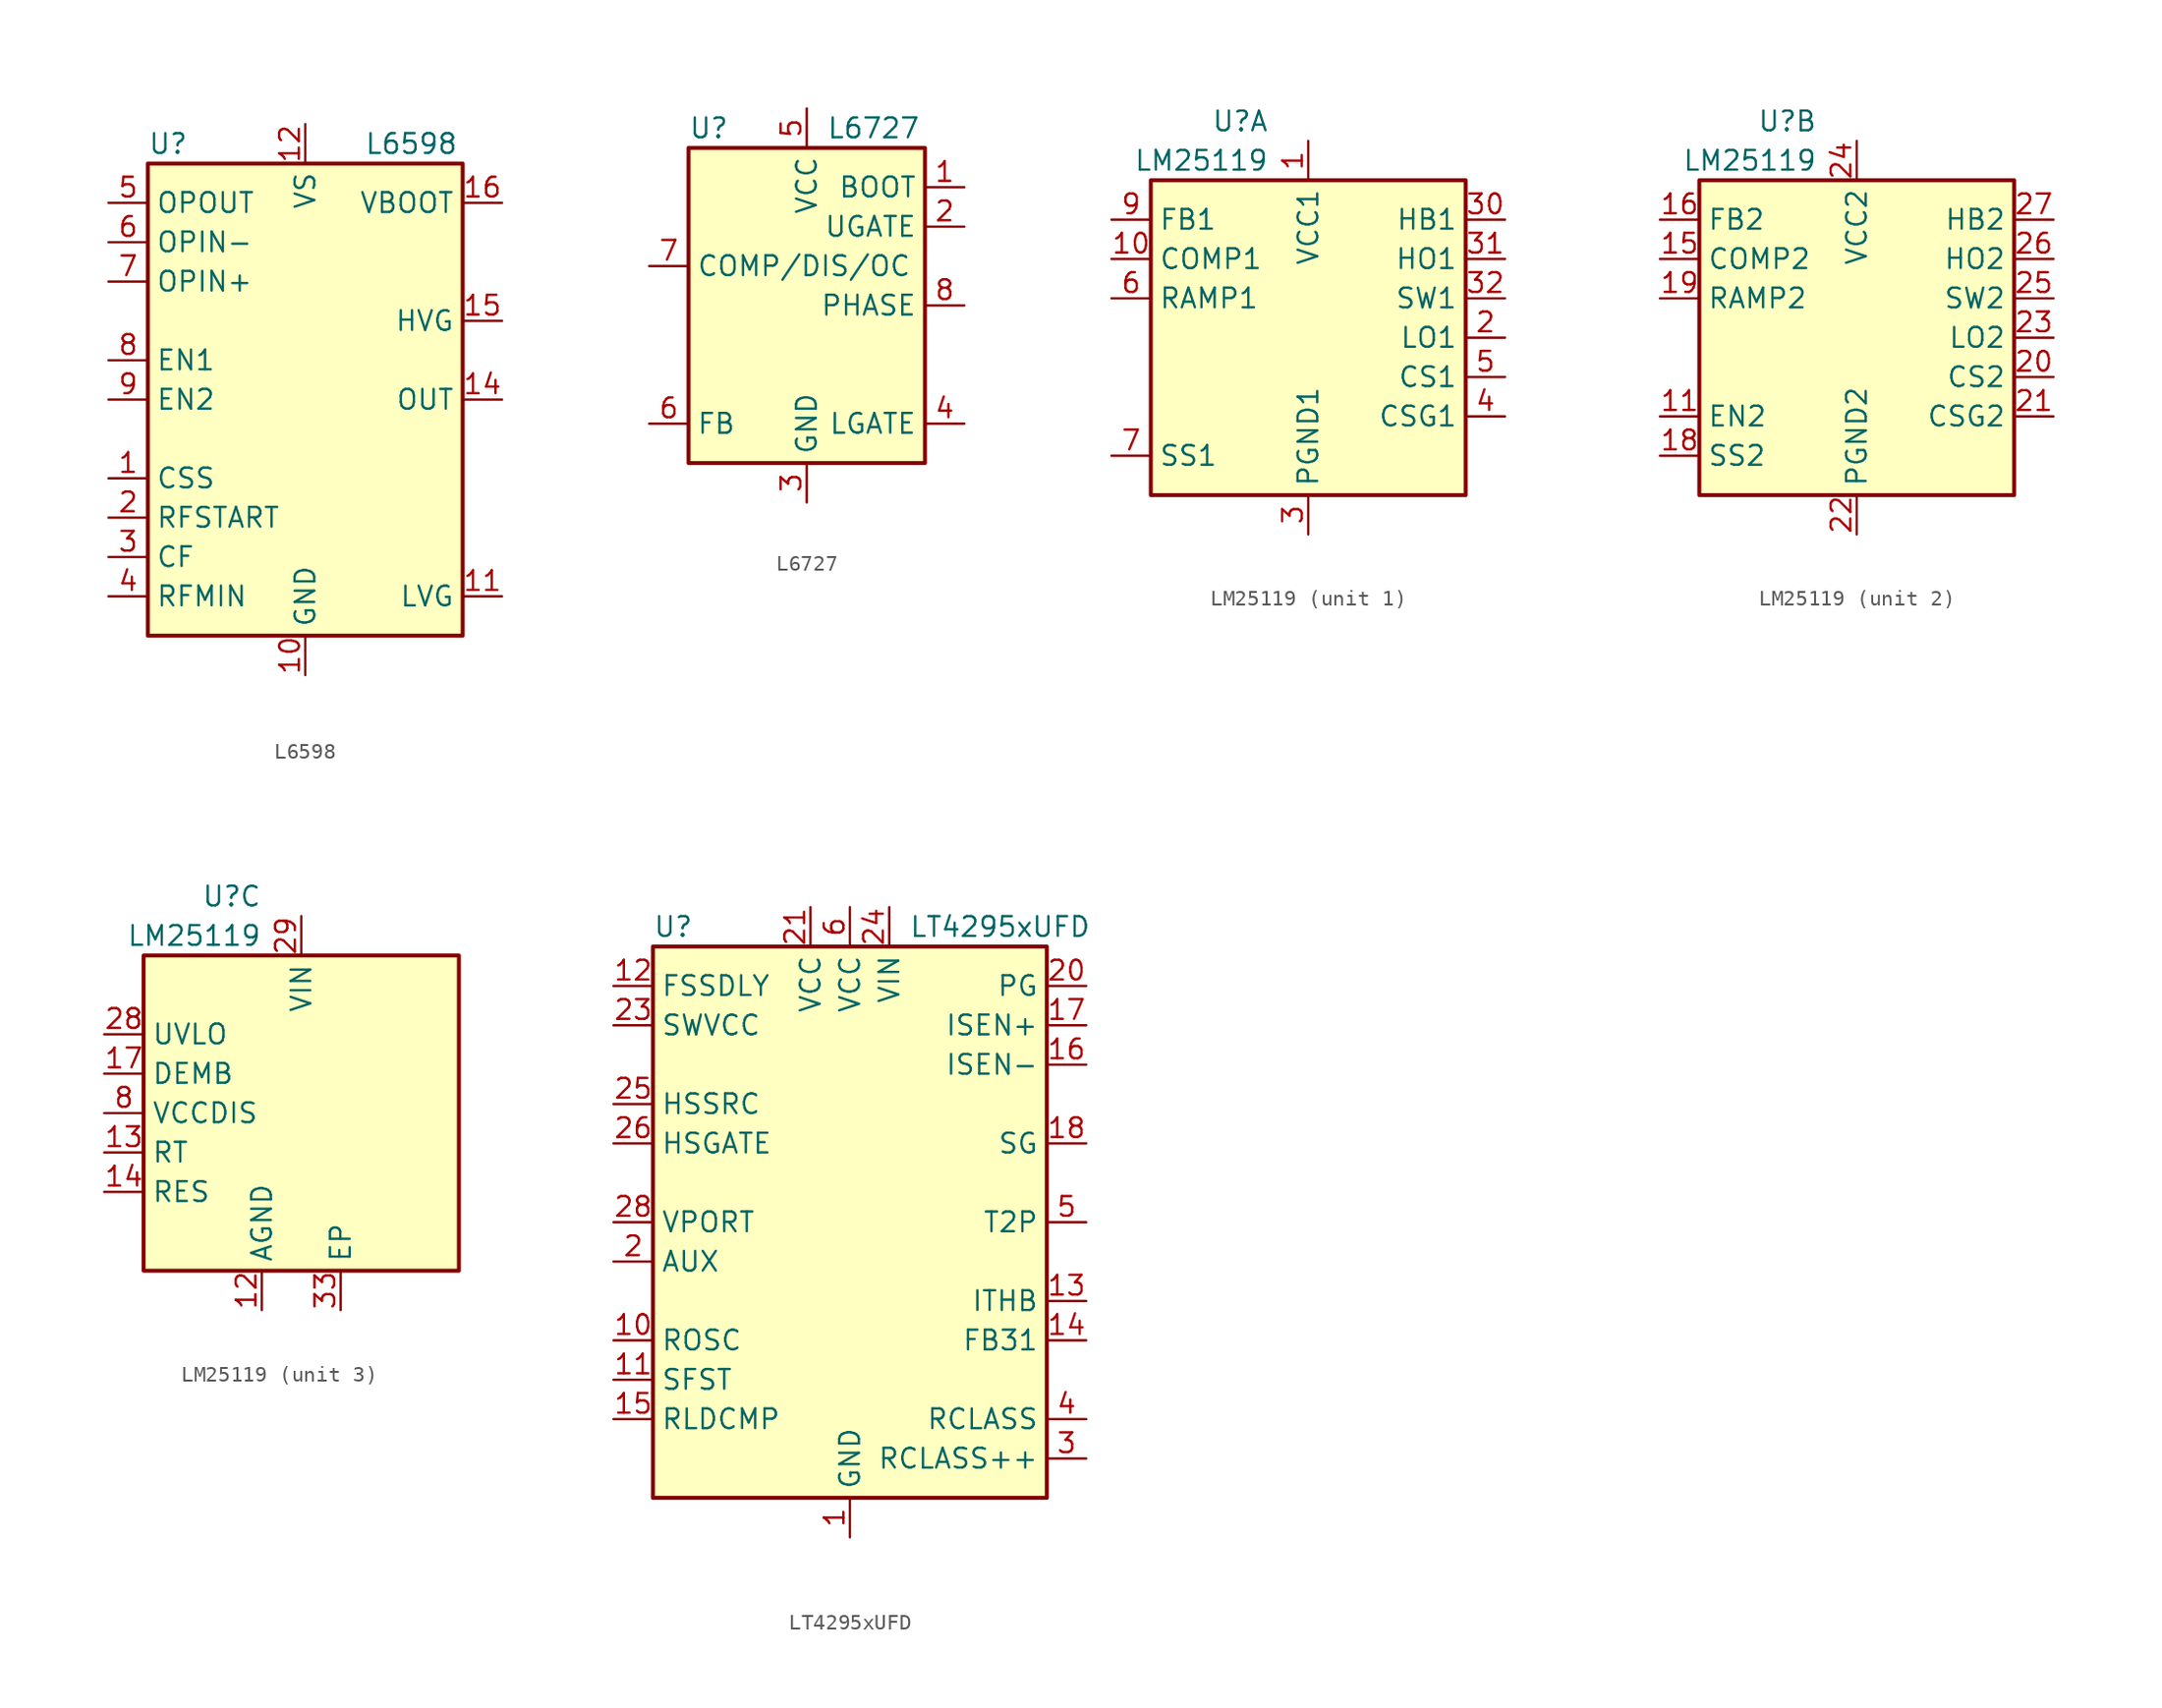
<source format=kicad_sym>
(kicad_symbol_lib
  (version 20211014)
  (generator kicad_symbol_editor)
  (symbol "L6598"
    (property "Reference" "U"
      (at -10.16 16.51 0)
      (effects (font (size 1.27 1.27)) (justify left)))
    (property "Value" "L6598"
      (at 3.81 16.51 0)
      (effects (font (size 1.27 1.27)) (justify left)))
    (symbol "L6598_0_0"
      (rectangle (start -10.16 15.24) (end 10.16 -15.24) (stroke (width 0.254) (type default) (color 0 0 0 0)) (fill (type background))))
    (symbol "L6598_1_1"
      (pin passive line (at -12.7 -5.08 0) (length 2.54) (name "CSS" (effects (font (size 1.27 1.27)))) (number "1" (effects (font (size 1.27 1.27)))))
      (pin power_in line (at 0 -17.78 90) (length 2.54) (name "GND" (effects (font (size 1.27 1.27)))) (number "10" (effects (font (size 1.27 1.27)))))
      (pin output line (at 12.7 -12.7 180) (length 2.54) (name "LVG" (effects (font (size 1.27 1.27)))) (number "11" (effects (font (size 1.27 1.27)))))
      (pin power_in line (at 0 17.78 270) (length 2.54) (name "VS" (effects (font (size 1.27 1.27)))) (number "12" (effects (font (size 1.27 1.27)))))
      (pin no_connect line (at 10.16 10.16 180) (length 2.54) hide (name "NC" (effects (font (size 1.27 1.27)))) (number "13" (effects (font (size 1.27 1.27)))))
      (pin input line (at 12.7 0 180) (length 2.54) (name "OUT" (effects (font (size 1.27 1.27)))) (number "14" (effects (font (size 1.27 1.27)))))
      (pin output line (at 12.7 5.08 180) (length 2.54) (name "HVG" (effects (font (size 1.27 1.27)))) (number "15" (effects (font (size 1.27 1.27)))))
      (pin input line (at 12.7 12.7 180) (length 2.54) (name "VBOOT" (effects (font (size 1.27 1.27)))) (number "16" (effects (font (size 1.27 1.27)))))
      (pin passive line (at -12.7 -7.62 0) (length 2.54) (name "RFSTART" (effects (font (size 1.27 1.27)))) (number "2" (effects (font (size 1.27 1.27)))))
      (pin passive line (at -12.7 -10.16 0) (length 2.54) (name "CF" (effects (font (size 1.27 1.27)))) (number "3" (effects (font (size 1.27 1.27)))))
      (pin passive line (at -12.7 -12.7 0) (length 2.54) (name "RFMIN" (effects (font (size 1.27 1.27)))) (number "4" (effects (font (size 1.27 1.27)))))
      (pin output line (at -12.7 12.7 0) (length 2.54) (name "OPOUT" (effects (font (size 1.27 1.27)))) (number "5" (effects (font (size 1.27 1.27)))))
      (pin input line (at -12.7 10.16 0) (length 2.54) (name "OPIN-" (effects (font (size 1.27 1.27)))) (number "6" (effects (font (size 1.27 1.27)))))
      (pin input line (at -12.7 7.62 0) (length 2.54) (name "OPIN+" (effects (font (size 1.27 1.27)))) (number "7" (effects (font (size 1.27 1.27)))))
      (pin input line (at -12.7 2.54 0) (length 2.54) (name "EN1" (effects (font (size 1.27 1.27)))) (number "8" (effects (font (size 1.27 1.27)))))
      (pin input line (at -12.7 0 0) (length 2.54) (name "EN2" (effects (font (size 1.27 1.27)))) (number "9" (effects (font (size 1.27 1.27)))))))
  (symbol "L6727"
    (property "Reference" "U"
      (at -7.62 11.43 0)
      (effects (font (size 1.27 1.27)) (justify left)))
    (property "Value" "L6727"
      (at 1.27 11.43 0)
      (effects (font (size 1.27 1.27)) (justify left)))
    (symbol "L6727_0_0"
      (rectangle (start -7.62 10.16) (end 7.62 -10.16) (stroke (width 0.254) (type default) (color 0 0 0 0)) (fill (type background))))
    (symbol "L6727_1_1"
      (pin input line (at 10.16 7.62 180) (length 2.54) (name "BOOT" (effects (font (size 1.27 1.27)))) (number "1" (effects (font (size 1.27 1.27)))))
      (pin output line (at 10.16 5.08 180) (length 2.54) (name "UGATE" (effects (font (size 1.27 1.27)))) (number "2" (effects (font (size 1.27 1.27)))))
      (pin power_in line (at 0 -12.7 90) (length 2.54) (name "GND" (effects (font (size 1.27 1.27)))) (number "3" (effects (font (size 1.27 1.27)))))
      (pin output line (at 10.16 -7.62 180) (length 2.54) (name "LGATE" (effects (font (size 1.27 1.27)))) (number "4" (effects (font (size 1.27 1.27)))))
      (pin power_in line (at 0 12.7 270) (length 2.54) (name "VCC" (effects (font (size 1.27 1.27)))) (number "5" (effects (font (size 1.27 1.27)))))
      (pin input line (at -10.16 -7.62 0) (length 2.54) (name "FB" (effects (font (size 1.27 1.27)))) (number "6" (effects (font (size 1.27 1.27)))))
      (pin input line (at -10.16 2.54 0) (length 2.54) (name "COMP/DIS/OC" (effects (font (size 1.27 1.27)))) (number "7" (effects (font (size 1.27 1.27)))))
      (pin passive line (at 10.16 0 180) (length 2.54) (name "PHASE" (effects (font (size 1.27 1.27)))) (number "8" (effects (font (size 1.27 1.27)))))))
  (symbol "LM25119"
    (property "Reference" "U"
      (at -2.54 13.97 0)
      (effects (font (size 1.27 1.27)) (justify right)))
    (property "Value" "LM25119"
      (at -2.54 11.43 0)
      (effects (font (size 1.27 1.27)) (justify right)))
    (property "ki_locked" ""
      (at 0 0 0)
      (effects (font (size 1.27 1.27))))
    (symbol "LM25119_0_1"
      (rectangle (start -10.16 10.16) (end 10.16 -10.16) (stroke (width 0.254) (type default) (color 0 0 0 0)) (fill (type background))))
    (symbol "LM25119_1_1"
      (pin power_in line (at 0 12.7 270) (length 2.54) (name "VCC1" (effects (font (size 1.27 1.27)))) (number "1" (effects (font (size 1.27 1.27)))))
      (pin output line (at -12.7 5.08 0) (length 2.54) (name "COMP1" (effects (font (size 1.27 1.27)))) (number "10" (effects (font (size 1.27 1.27)))))
      (pin output line (at 12.7 0 180) (length 2.54) (name "LO1" (effects (font (size 1.27 1.27)))) (number "2" (effects (font (size 1.27 1.27)))))
      (pin power_in line (at 0 -12.7 90) (length 2.54) (name "PGND1" (effects (font (size 1.27 1.27)))) (number "3" (effects (font (size 1.27 1.27)))))
      (pin power_in line (at 12.7 7.62 180) (length 2.54) (name "HB1" (effects (font (size 1.27 1.27)))) (number "30" (effects (font (size 1.27 1.27)))))
      (pin output line (at 12.7 5.08 180) (length 2.54) (name "HO1" (effects (font (size 1.27 1.27)))) (number "31" (effects (font (size 1.27 1.27)))))
      (pin bidirectional line (at 12.7 2.54 180) (length 2.54) (name "SW1" (effects (font (size 1.27 1.27)))) (number "32" (effects (font (size 1.27 1.27)))))
      (pin input line (at 12.7 -5.08 180) (length 2.54) (name "CSG1" (effects (font (size 1.27 1.27)))) (number "4" (effects (font (size 1.27 1.27)))))
      (pin input line (at 12.7 -2.54 180) (length 2.54) (name "CS1" (effects (font (size 1.27 1.27)))) (number "5" (effects (font (size 1.27 1.27)))))
      (pin input line (at -12.7 2.54 0) (length 2.54) (name "RAMP1" (effects (font (size 1.27 1.27)))) (number "6" (effects (font (size 1.27 1.27)))))
      (pin input line (at -12.7 -7.62 0) (length 2.54) (name "SS1" (effects (font (size 1.27 1.27)))) (number "7" (effects (font (size 1.27 1.27)))))
      (pin input line (at -12.7 7.62 0) (length 2.54) (name "FB1" (effects (font (size 1.27 1.27)))) (number "9" (effects (font (size 1.27 1.27))))))
    (symbol "LM25119_2_1"
      (pin input line (at -12.7 -5.08 0) (length 2.54) (name "EN2" (effects (font (size 1.27 1.27)))) (number "11" (effects (font (size 1.27 1.27)))))
      (pin output line (at -12.7 5.08 0) (length 2.54) (name "COMP2" (effects (font (size 1.27 1.27)))) (number "15" (effects (font (size 1.27 1.27)))))
      (pin input line (at -12.7 7.62 0) (length 2.54) (name "FB2" (effects (font (size 1.27 1.27)))) (number "16" (effects (font (size 1.27 1.27)))))
      (pin input line (at -12.7 -7.62 0) (length 2.54) (name "SS2" (effects (font (size 1.27 1.27)))) (number "18" (effects (font (size 1.27 1.27)))))
      (pin input line (at -12.7 2.54 0) (length 2.54) (name "RAMP2" (effects (font (size 1.27 1.27)))) (number "19" (effects (font (size 1.27 1.27)))))
      (pin input line (at 12.7 -2.54 180) (length 2.54) (name "CS2" (effects (font (size 1.27 1.27)))) (number "20" (effects (font (size 1.27 1.27)))))
      (pin input line (at 12.7 -5.08 180) (length 2.54) (name "CSG2" (effects (font (size 1.27 1.27)))) (number "21" (effects (font (size 1.27 1.27)))))
      (pin power_in line (at 0 -12.7 90) (length 2.54) (name "PGND2" (effects (font (size 1.27 1.27)))) (number "22" (effects (font (size 1.27 1.27)))))
      (pin output line (at 12.7 0 180) (length 2.54) (name "LO2" (effects (font (size 1.27 1.27)))) (number "23" (effects (font (size 1.27 1.27)))))
      (pin power_in line (at 0 12.7 270) (length 2.54) (name "VCC2" (effects (font (size 1.27 1.27)))) (number "24" (effects (font (size 1.27 1.27)))))
      (pin bidirectional line (at 12.7 2.54 180) (length 2.54) (name "SW2" (effects (font (size 1.27 1.27)))) (number "25" (effects (font (size 1.27 1.27)))))
      (pin output line (at 12.7 5.08 180) (length 2.54) (name "HO2" (effects (font (size 1.27 1.27)))) (number "26" (effects (font (size 1.27 1.27)))))
      (pin power_in line (at 12.7 7.62 180) (length 2.54) (name "HB2" (effects (font (size 1.27 1.27)))) (number "27" (effects (font (size 1.27 1.27))))))
    (symbol "LM25119_3_1"
      (pin power_in line (at -2.54 -12.7 90) (length 2.54) (name "AGND" (effects (font (size 1.27 1.27)))) (number "12" (effects (font (size 1.27 1.27)))))
      (pin input line (at -12.7 -2.54 0) (length 2.54) (name "RT" (effects (font (size 1.27 1.27)))) (number "13" (effects (font (size 1.27 1.27)))))
      (pin output line (at -12.7 -5.08 0) (length 2.54) (name "RES" (effects (font (size 1.27 1.27)))) (number "14" (effects (font (size 1.27 1.27)))))
      (pin input line (at -12.7 2.54 0) (length 2.54) (name "DEMB" (effects (font (size 1.27 1.27)))) (number "17" (effects (font (size 1.27 1.27)))))
      (pin input line (at -12.7 5.08 0) (length 2.54) (name "UVLO" (effects (font (size 1.27 1.27)))) (number "28" (effects (font (size 1.27 1.27)))))
      (pin power_in line (at 0 12.7 270) (length 2.54) (name "VIN" (effects (font (size 1.27 1.27)))) (number "29" (effects (font (size 1.27 1.27)))))
      (pin unspecified line (at 2.54 -12.7 90) (length 2.54) (name "EP" (effects (font (size 1.27 1.27)))) (number "33" (effects (font (size 1.27 1.27)))))
      (pin input line (at -12.7 0 0) (length 2.54) (name "VCCDIS" (effects (font (size 1.27 1.27)))) (number "8" (effects (font (size 1.27 1.27)))))))
  (symbol "LT4295xUFD"
    (property "Reference" "U"
      (at -12.7 19.05 0)
      (effects (font (size 1.27 1.27)) (justify left)))
    (property "Value" "LT4295xUFD"
      (at 3.81 19.05 0)
      (effects (font (size 1.27 1.27)) (justify left)))
    (symbol "LT4295xUFD_0_1"
      (rectangle (start -12.7 17.78) (end 12.7 -17.78) (stroke (width 0.254) (type default) (color 0 0 0 0)) (fill (type background))))
    (symbol "LT4295xUFD_1_1"
      (pin power_in line (at 0 -20.32 90) (length 2.54) (name "GND" (effects (font (size 1.27 1.27)))) (number "1" (effects (font (size 1.27 1.27)))))
      (pin passive line (at -15.24 -7.62 0) (length 2.54) (name "ROSC" (effects (font (size 1.27 1.27)))) (number "10" (effects (font (size 1.27 1.27)))))
      (pin passive line (at -15.24 -10.16 0) (length 2.54) (name "SFST" (effects (font (size 1.27 1.27)))) (number "11" (effects (font (size 1.27 1.27)))))
      (pin input line (at -15.24 15.24 0) (length 2.54) (name "FSSDLY" (effects (font (size 1.27 1.27)))) (number "12" (effects (font (size 1.27 1.27)))))
      (pin input line (at 15.24 -5.08 180) (length 2.54) (name "ITHB" (effects (font (size 1.27 1.27)))) (number "13" (effects (font (size 1.27 1.27)))))
      (pin passive line (at 15.24 -7.62 180) (length 2.54) (name "FB31" (effects (font (size 1.27 1.27)))) (number "14" (effects (font (size 1.27 1.27)))))
      (pin passive line (at -15.24 -12.7 0) (length 2.54) (name "RLDCMP" (effects (font (size 1.27 1.27)))) (number "15" (effects (font (size 1.27 1.27)))))
      (pin passive line (at 15.24 10.16 180) (length 2.54) (name "ISEN-" (effects (font (size 1.27 1.27)))) (number "16" (effects (font (size 1.27 1.27)))))
      (pin passive line (at 15.24 12.7 180) (length 2.54) (name "ISEN+" (effects (font (size 1.27 1.27)))) (number "17" (effects (font (size 1.27 1.27)))))
      (pin output line (at 15.24 5.08 180) (length 2.54) (name "SG" (effects (font (size 1.27 1.27)))) (number "18" (effects (font (size 1.27 1.27)))))
      (pin passive line (at 0 -20.32 90) (length 2.54) hide (name "GND" (effects (font (size 1.27 1.27)))) (number "19" (effects (font (size 1.27 1.27)))))
      (pin input line (at -15.24 -2.54 0) (length 2.54) (name "AUX" (effects (font (size 1.27 1.27)))) (number "2" (effects (font (size 1.27 1.27)))))
      (pin output line (at 15.24 15.24 180) (length 2.54) (name "PG" (effects (font (size 1.27 1.27)))) (number "20" (effects (font (size 1.27 1.27)))))
      (pin power_in line (at -2.54 20.32 270) (length 2.54) (name "VCC" (effects (font (size 1.27 1.27)))) (number "21" (effects (font (size 1.27 1.27)))))
      (pin no_connect line (at -12.7 -15.24 0) (length 2.54) hide (name "DNC" (effects (font (size 1.27 1.27)))) (number "22" (effects (font (size 1.27 1.27)))))
      (pin output line (at -15.24 12.7 0) (length 2.54) (name "SWVCC" (effects (font (size 1.27 1.27)))) (number "23" (effects (font (size 1.27 1.27)))))
      (pin power_in line (at 2.54 20.32 270) (length 2.54) (name "VIN" (effects (font (size 1.27 1.27)))) (number "24" (effects (font (size 1.27 1.27)))))
      (pin input line (at -15.24 7.62 0) (length 2.54) (name "HSSRC" (effects (font (size 1.27 1.27)))) (number "25" (effects (font (size 1.27 1.27)))))
      (pin output line (at -15.24 5.08 0) (length 2.54) (name "HSGATE" (effects (font (size 1.27 1.27)))) (number "26" (effects (font (size 1.27 1.27)))))
      (pin no_connect line (at -12.7 -17.78 0) (length 2.54) hide (name "NC" (effects (font (size 1.27 1.27)))) (number "27" (effects (font (size 1.27 1.27)))))
      (pin input line (at -15.24 0 0) (length 2.54) (name "VPORT" (effects (font (size 1.27 1.27)))) (number "28" (effects (font (size 1.27 1.27)))))
      (pin passive line (at 0 -20.32 90) (length 2.54) hide (name "GND" (effects (font (size 1.27 1.27)))) (number "29" (effects (font (size 1.27 1.27)))))
      (pin passive line (at 15.24 -15.24 180) (length 2.54) (name "RCLASS++" (effects (font (size 1.27 1.27)))) (number "3" (effects (font (size 1.27 1.27)))))
      (pin passive line (at 15.24 -12.7 180) (length 2.54) (name "RCLASS" (effects (font (size 1.27 1.27)))) (number "4" (effects (font (size 1.27 1.27)))))
      (pin open_collector line (at 15.24 0 180) (length 2.54) (name "T2P" (effects (font (size 1.27 1.27)))) (number "5" (effects (font (size 1.27 1.27)))))
      (pin power_in line (at 0 20.32 270) (length 2.54) (name "VCC" (effects (font (size 1.27 1.27)))) (number "6" (effects (font (size 1.27 1.27)))))
      (pin passive line (at 0 20.32 270) (length 2.54) hide (name "VCC" (effects (font (size 1.27 1.27)))) (number "7" (effects (font (size 1.27 1.27)))))
      (pin passive line (at 0 20.32 270) (length 2.54) hide (name "VCC" (effects (font (size 1.27 1.27)))) (number "8" (effects (font (size 1.27 1.27)))))
      (pin passive line (at 0 20.32 270) (length 2.54) hide (name "VCC" (effects (font (size 1.27 1.27)))) (number "9" (effects (font (size 1.27 1.27))))))))
</source>
